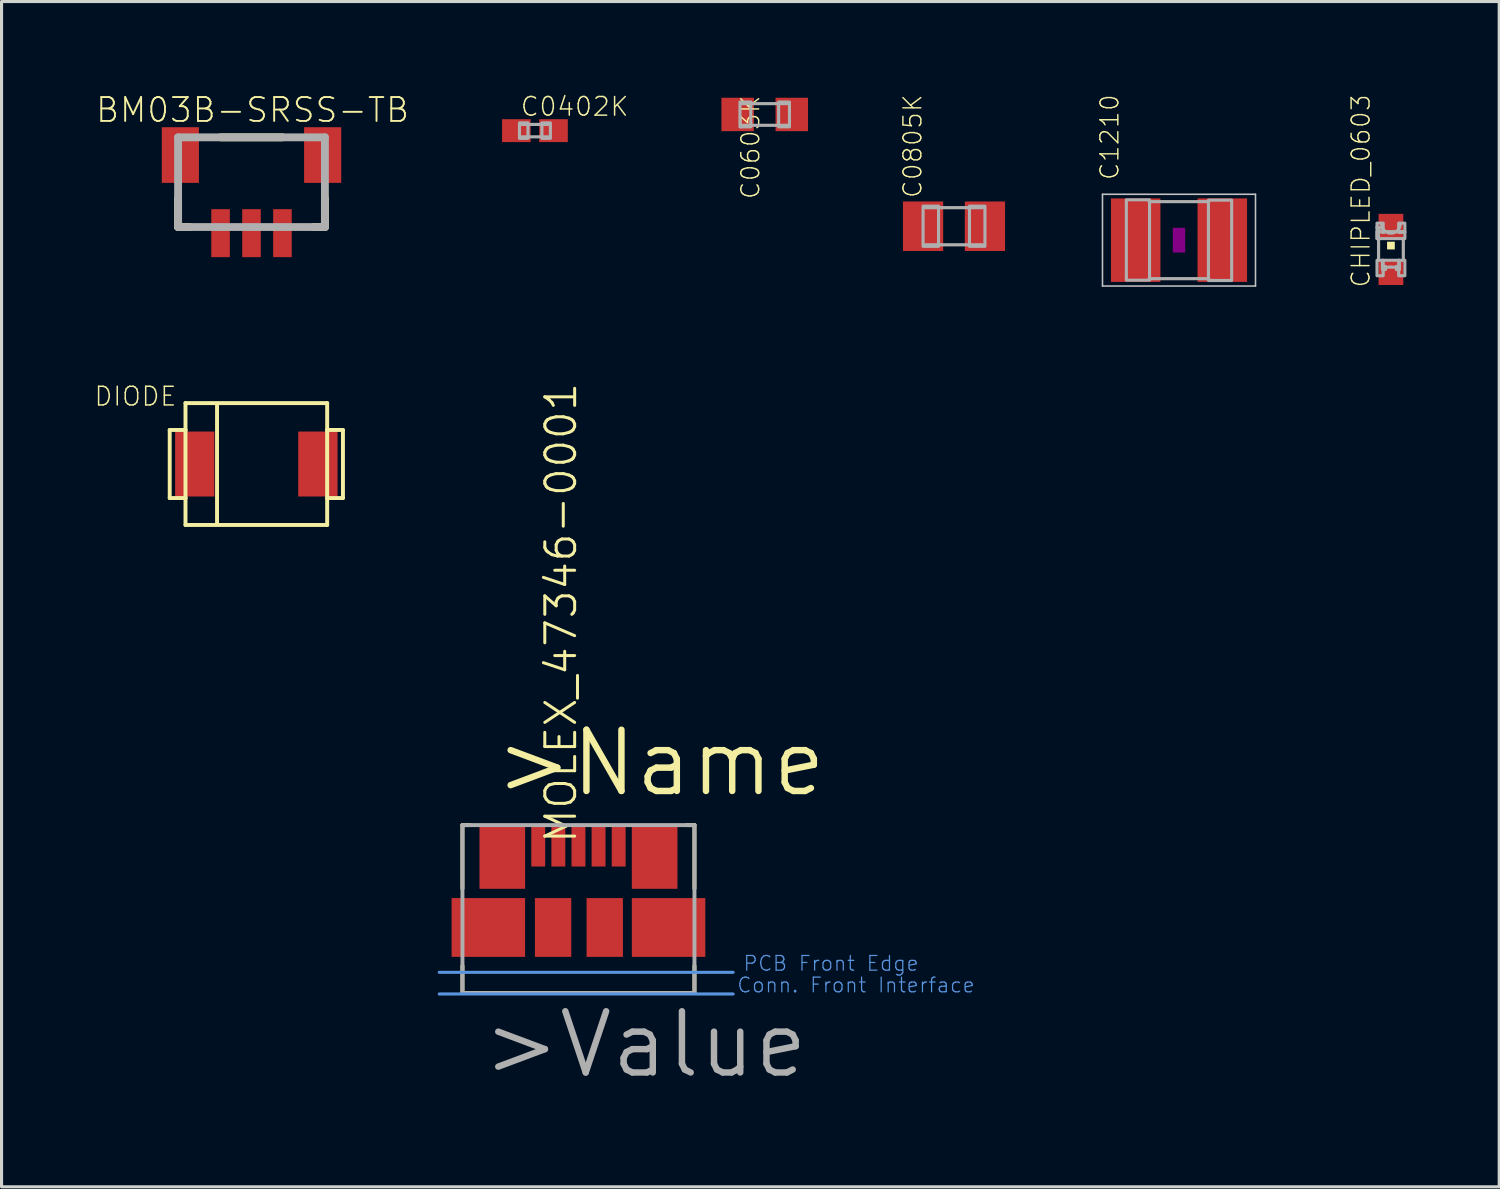
<source format=kicad_pcb>
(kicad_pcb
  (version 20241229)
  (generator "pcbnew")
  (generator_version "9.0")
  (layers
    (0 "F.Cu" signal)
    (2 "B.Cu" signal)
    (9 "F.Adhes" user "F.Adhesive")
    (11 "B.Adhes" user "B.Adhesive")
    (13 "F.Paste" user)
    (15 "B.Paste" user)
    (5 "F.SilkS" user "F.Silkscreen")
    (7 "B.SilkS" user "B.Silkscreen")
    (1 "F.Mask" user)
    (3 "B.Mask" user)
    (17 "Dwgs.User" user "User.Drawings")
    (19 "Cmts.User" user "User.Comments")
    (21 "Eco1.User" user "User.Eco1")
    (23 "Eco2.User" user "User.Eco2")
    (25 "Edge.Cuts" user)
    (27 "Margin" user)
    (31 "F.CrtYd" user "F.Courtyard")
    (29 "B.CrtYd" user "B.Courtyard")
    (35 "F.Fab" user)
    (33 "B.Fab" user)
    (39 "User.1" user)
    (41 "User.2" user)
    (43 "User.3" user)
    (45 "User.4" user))
  (footprint "C0603K"
    (layer "F.Cu")
    (at 21.67 0.65)
    (property "Reference" "C0603K" (at -0.8 -0.65 270) (layer "F.SilkS") (effects (font (size 0.579 0.579) (thickness 0.046)) (justify right top)))
    (attr through_hole)
    (fp_line (start -0.725 -0.35) (end 0.725 -0.35) (stroke (width 0.102) (type solid)) (layer "F.Fab"))
    (fp_line (start 0.725 0.35) (end -0.725 0.35) (stroke (width 0.102) (type solid)) (layer "F.Fab"))
    (fp_poly (pts (xy -0.8 0.4) (xy -0.45 0.4) (xy -0.45 -0.4) (xy -0.8 -0.4)) (stroke (width 0.1) (type solid)) (fill no) (layer "F.Fab"))
    (fp_poly (pts (xy 0.45 0.4) (xy 0.8 0.4) (xy 0.8 -0.4) (xy 0.45 -0.4)) (stroke (width 0.1) (type solid)) (fill no) (layer "F.Fab"))
    (pad "1" smd rect (at -0.875 0) (size 1.05 1.08) (layers "F.Cu" "F.Mask" "F.Paste"))
    (pad "2" smd rect (at 0.875 0) (size 1.05 1.08) (layers "F.Cu" "F.Mask" "F.Paste")))
  (footprint "C0805K"
    (layer "F.Cu")
    (at 27.789 4.263)
    (property "Reference" "C0805K" (at -1 -0.875 90) (layer "F.SilkS") (effects (font (size 0.579 0.579) (thickness 0.046)) (justify left bottom)))
    (attr through_hole)
    (fp_line (start -0.925 -0.6) (end 0.925 -0.6) (stroke (width 0.102) (type solid)) (layer "F.Fab"))
    (fp_line (start 0.925 0.6) (end -0.925 0.6) (stroke (width 0.102) (type solid)) (layer "F.Fab"))
    (fp_poly (pts (xy -1 0.65) (xy -0.5 0.65) (xy -0.5 -0.65) (xy -1 -0.65)) (stroke (width 0.1) (type solid)) (fill no) (layer "F.Fab"))
    (fp_poly (pts (xy 0.5 0.65) (xy 1 0.65) (xy 1 -0.65) (xy 0.5 -0.65)) (stroke (width 0.1) (type solid)) (fill no) (layer "F.Fab"))
    (pad "1" smd rect (at -1 0) (size 1.3 1.6) (layers "F.Cu" "F.Mask" "F.Paste"))
    (pad "2" smd rect (at 1 0) (size 1.3 1.6) (layers "F.Cu" "F.Mask" "F.Paste")))
  (footprint "DIODE"
    (layer "F.Cu")
    (at 5.236 11.95)
    (property "Reference" "DIODE" (at -2.54 -2.54 0) (layer "F.SilkS") (effects (font (size 0.603 0.603) (thickness 0.048)) (justify right top)))
    (attr through_hole)
    (fp_line (start -2.8 -1.1) (end -2.8 1.1) (stroke (width 0.127) (type solid)) (layer "F.SilkS"))
    (fp_line (start -2.8 1.1) (end -2.29 1.1) (stroke (width 0.127) (type solid)) (layer "F.SilkS"))
    (fp_line (start -2.29 -1.97) (end 2.29 -1.97) (stroke (width 0.127) (type solid)) (layer "F.SilkS"))
    (fp_line (start -2.29 -1.1) (end -2.8 -1.1) (stroke (width 0.127) (type solid)) (layer "F.SilkS"))
    (fp_line (start -2.29 -1.1) (end -2.29 -1.97) (stroke (width 0.127) (type solid)) (layer "F.SilkS"))
    (fp_line (start -2.29 1.1) (end -2.29 -1.1) (stroke (width 0.127) (type solid)) (layer "F.SilkS"))
    (fp_line (start -2.29 1.97) (end -2.29 1.1) (stroke (width 0.127) (type solid)) (layer "F.SilkS"))
    (fp_line (start -1.27 -1.905) (end -1.27 1.905) (stroke (width 0.127) (type solid)) (layer "F.SilkS"))
    (fp_line (start 2.29 -1.97) (end 2.29 -1.1) (stroke (width 0.127) (type solid)) (layer "F.SilkS"))
    (fp_line (start 2.29 -1.1) (end 2.29 1.1) (stroke (width 0.127) (type solid)) (layer "F.SilkS"))
    (fp_line (start 2.29 -1.1) (end 2.8 -1.1) (stroke (width 0.127) (type solid)) (layer "F.SilkS"))
    (fp_line (start 2.29 1.1) (end 2.29 1.97) (stroke (width 0.127) (type solid)) (layer "F.SilkS"))
    (fp_line (start 2.29 1.97) (end -2.29 1.97) (stroke (width 0.127) (type solid)) (layer "F.SilkS"))
    (fp_line (start 2.8 -1.1) (end 2.8 1.1) (stroke (width 0.127) (type solid)) (layer "F.SilkS"))
    (fp_line (start 2.8 1.1) (end 2.29 1.1) (stroke (width 0.127) (type solid)) (layer "F.SilkS"))
    (pad "1" smd rect (at -1.99 0 90) (size 2.1 1.27) (layers "F.Cu" "F.Mask" "F.Paste"))
    (pad "2" smd rect (at 1.99 0 90) (size 2.1 1.27) (layers "F.Cu" "F.Mask" "F.Paste")))
  (footprint "CHIPLED_0603"
    (layer "F.Cu")
    (at 41.913 5.013)
    (property "Reference" "CHIPLED_0603" (at -0.635 1.27 90) (layer "F.SilkS") (effects (font (size 0.579 0.579) (thickness 0.046)) (justify left bottom)))
    (attr through_hole)
    (fp_poly (pts (xy -0.125 0) (xy 0.125 0) (xy 0.125 -0.25) (xy -0.125 -0.25)) (stroke (width 0) (type solid)) (fill yes) (layer "F.SilkS"))
    (fp_line (start -0.4 -0.375) (end -0.4 0.35) (stroke (width 0.102) (type solid)) (layer "F.Fab"))
    (fp_line (start 0.4 -0.35) (end 0.4 0.35) (stroke (width 0.102) (type solid)) (layer "F.Fab"))
    (fp_arc (start -0.275 0.825) (mid 0 0.55) (end 0.275 0.825) (stroke (width 0.0508) (type solid)) (layer "F.Fab"))
    (fp_arc (start 0.3 -0.799998) (mid -0.000001 -0.524966) (end -0.3 -0.8) (stroke (width 0.1016) (type solid)) (layer "F.Fab"))
    (fp_circle (center -0.35 -0.625) (end -0.275 -0.625) (stroke (width 0.051) (type solid)) (fill no) (layer "F.Fab"))
    (fp_poly (pts (xy -0.45 -0.7) (xy -0.25 -0.7) (xy -0.25 -0.85) (xy -0.45 -0.85)) (stroke (width 0.1) (type solid)) (fill no) (layer "F.Fab"))
    (fp_poly (pts (xy -0.45 -0.35) (xy -0.4 -0.35) (xy -0.4 -0.725) (xy -0.45 -0.725)) (stroke (width 0.1) (type solid)) (fill no) (layer "F.Fab"))
    (fp_poly (pts (xy -0.45 -0.35) (xy 0.45 -0.35) (xy 0.45 -0.575) (xy -0.45 -0.575)) (stroke (width 0.1) (type solid)) (fill no) (layer "F.Fab"))
    (fp_poly (pts (xy -0.45 0.85) (xy -0.25 0.85) (xy -0.25 0.35) (xy -0.45 0.35)) (stroke (width 0.1) (type solid)) (fill no) (layer "F.Fab"))
    (fp_poly (pts (xy -0.275 -0.55) (xy -0.225 -0.55) (xy -0.225 -0.6) (xy -0.275 -0.6)) (stroke (width 0.1) (type solid)) (fill no) (layer "F.Fab"))
    (fp_poly (pts (xy -0.275 0.575) (xy 0.275 0.575) (xy 0.275 0.35) (xy -0.275 0.35)) (stroke (width 0.1) (type solid)) (fill no) (layer "F.Fab"))
    (fp_poly (pts (xy -0.275 0.65) (xy -0.175 0.65) (xy -0.175 0.55) (xy -0.275 0.55)) (stroke (width 0.1) (type solid)) (fill no) (layer "F.Fab"))
    (fp_poly (pts (xy 0.175 0.65) (xy 0.275 0.65) (xy 0.275 0.55) (xy 0.175 0.55)) (stroke (width 0.1) (type solid)) (fill no) (layer "F.Fab"))
    (fp_poly (pts (xy 0.25 -0.55) (xy 0.45 -0.55) (xy 0.45 -0.85) (xy 0.25 -0.85)) (stroke (width 0.1) (type solid)) (fill no) (layer "F.Fab"))
    (fp_poly (pts (xy 0.25 0.85) (xy 0.45 0.85) (xy 0.45 0.35) (xy 0.25 0.35)) (stroke (width 0.1) (type solid)) (fill no) (layer "F.Fab"))
    (pad "A" smd rect (at 0 0.75) (size 0.8 0.8) (layers "F.Cu" "F.Mask" "F.Paste"))
    (pad "C" smd rect (at 0 -0.75) (size 0.8 0.8) (layers "F.Cu" "F.Mask" "F.Paste")))
  (footprint "MOLEX_47346-0001"
    (layer "F.Cu")
    (at 15.649 24.271)
    (property "Reference" "MOLEX_47346-0001" (at 0 0 90) (layer "F.SilkS") (effects (font (size 0.965 0.965) (thickness 0.097)) (justify left bottom)))
    (attr through_hole)
    (fp_line (start -3.75 -0.65) (end -3.75 1.4) (stroke (width 0.127) (type solid)) (layer "F.SilkS"))
    (fp_line (start -3.75 3.9) (end -3.75 4.78) (stroke (width 0.127) (type solid)) (layer "F.SilkS"))
    (fp_line (start -3.75 4.78) (end 3.75 4.78) (stroke (width 0.127) (type solid)) (layer "F.SilkS"))
    (fp_line (start -3.5 -0.65) (end -3.75 -0.65) (stroke (width 0.127) (type solid)) (layer "F.SilkS"))
    (fp_line (start 3.5 -0.65) (end 3.75 -0.65) (stroke (width 0.127) (type solid)) (layer "F.SilkS"))
    (fp_line (start 3.75 -0.65) (end 3.75 1.4) (stroke (width 0.127) (type solid)) (layer "F.SilkS"))
    (fp_line (start 3.75 4.78) (end 3.75 3.9) (stroke (width 0.127) (type solid)) (layer "F.SilkS"))
    (fp_line (start -4.5 4.11) (end 5 4.11) (stroke (width 0.1) (type solid)) (layer "Cmts.User"))
    (fp_line (start -4.5 4.81) (end 5 4.81) (stroke (width 0.1) (type solid)) (layer "Cmts.User"))
    (fp_line (start -3.75 -0.65) (end -3.75 4.78) (stroke (width 0.127) (type solid)) (layer "F.Fab"))
    (fp_line (start -3.75 4.78) (end 3.75 4.78) (stroke (width 0.127) (type solid)) (layer "F.Fab"))
    (fp_line (start 3.75 -0.65) (end -3.75 -0.65) (stroke (width 0.127) (type solid)) (layer "F.Fab"))
    (fp_line (start 3.75 4.78) (end 3.75 -0.65) (stroke (width 0.127) (type solid)) (layer "F.Fab"))
    (fp_text user ">Name" (at -2.8 -1.5 0) (layer "F.SilkS") (effects (font (size 1.979 1.979) (thickness 0.208)) (justify left bottom)))
    (fp_text user "PCB Front Edge" (at 5.3 4.1 0) (layer "Cmts.User") (effects (font (size 0.475 0.475) (thickness 0.04)) (justify left bottom)))
    (fp_text user "Conn. Front Interface" (at 5.1 4.8 0) (layer "Cmts.User") (effects (font (size 0.475 0.475) (thickness 0.04)) (justify left bottom)))
    (fp_text user ">Value" (at -3.2 7.6 0) (layer "F.Fab") (effects (font (size 1.979 1.979) (thickness 0.208)) (justify left bottom)))
    (pad "1" smd rect (at -1.3 0 90) (size 1.38 0.45) (layers "F.Cu" "F.Mask" "F.Paste"))
    (pad "2" smd rect (at -0.65 0 90) (size 1.38 0.45) (layers "F.Cu" "F.Mask" "F.Paste"))
    (pad "3" smd rect (at 0 0 90) (size 1.38 0.45) (layers "F.Cu" "F.Mask" "F.Paste"))
    (pad "4" smd rect (at 0.65 0 90) (size 1.38 0.45) (layers "F.Cu" "F.Mask" "F.Paste"))
    (pad "5" smd rect (at 1.3 0 90) (size 1.38 0.45) (layers "F.Cu" "F.Mask" "F.Paste"))
    (pad "M1" smd rect (at -2.462 0.36 180) (size 1.475 2.1) (layers "F.Cu" "F.Mask" "F.Paste"))
    (pad "M2" smd rect (at 2.462 0.36 180) (size 1.475 2.1) (layers "F.Cu" "F.Mask" "F.Paste"))
    (pad "M3" smd rect (at -2.913 2.66) (size 2.375 1.9) (layers "F.Cu" "F.Mask" "F.Paste"))
    (pad "M4" smd rect (at -0.82 2.66) (size 1.175 1.9) (layers "F.Cu" "F.Mask" "F.Paste"))
    (pad "M5" smd rect (at 0.85 2.66) (size 1.175 1.9) (layers "F.Cu" "F.Mask" "F.Paste"))
    (pad "M6" smd rect (at 2.913 2.66) (size 2.375 1.9) (layers "F.Cu" "F.Mask" "F.Paste")))
  (footprint "C1210"
    (layer "F.Cu")
    (at 35.062 4.713)
    (property "Reference" "C1210" (at -1.905 -1.905 90) (layer "F.SilkS") (effects (font (size 0.579 0.579) (thickness 0.046)) (justify left bottom)))
    (attr through_hole)
    (fp_poly (pts (xy -0.2 0.4) (xy 0.2 0.4) (xy 0.2 -0.4) (xy -0.2 -0.4)) (stroke (width 0) (type solid)) (fill yes) (layer "F.Adhes"))
    (fp_line (start -2.473 -1.483) (end 2.473 -1.483) (stroke (width 0.051) (type solid)) (layer "Dwgs.User"))
    (fp_line (start -2.473 1.483) (end -2.473 -1.483) (stroke (width 0.051) (type solid)) (layer "Dwgs.User"))
    (fp_line (start 2.473 -1.483) (end 2.473 1.483) (stroke (width 0.051) (type solid)) (layer "Dwgs.User"))
    (fp_line (start 2.473 1.483) (end -2.473 1.483) (stroke (width 0.051) (type solid)) (layer "Dwgs.User"))
    (fp_line (start -0.965 -1.245) (end 0.965 -1.245) (stroke (width 0.102) (type solid)) (layer "F.Fab"))
    (fp_line (start -0.965 1.245) (end 0.965 1.245) (stroke (width 0.102) (type solid)) (layer "F.Fab"))
    (fp_poly (pts (xy -1.702 1.295) (xy -0.952 1.295) (xy -0.952 -1.304) (xy -1.702 -1.304)) (stroke (width 0.1) (type solid)) (fill no) (layer "F.Fab"))
    (fp_poly (pts (xy 0.952 1.304) (xy 1.702 1.304) (xy 1.702 -1.295) (xy 0.952 -1.295)) (stroke (width 0.1) (type solid)) (fill no) (layer "F.Fab"))
    (pad "1" smd rect (at -1.4 0) (size 1.6 2.7) (layers "F.Cu" "F.Mask" "F.Paste"))
    (pad "2" smd rect (at 1.4 0) (size 1.6 2.7) (layers "F.Cu" "F.Mask" "F.Paste")))
  (footprint "C0402K"
    (layer "F.Cu")
    (at 14.242 1.173)
    (property "Reference" "C0402K" (at -0.5 -0.425 0) (layer "F.SilkS") (effects (font (size 0.603 0.603) (thickness 0.048)) (justify left bottom)))
    (attr through_hole)
    (fp_line (start -0.425 -0.2) (end 0.425 -0.2) (stroke (width 0.102) (type solid)) (layer "F.Fab"))
    (fp_line (start 0.425 0.2) (end -0.425 0.2) (stroke (width 0.102) (type solid)) (layer "F.Fab"))
    (fp_poly (pts (xy -0.5 0.25) (xy -0.225 0.25) (xy -0.225 -0.25) (xy -0.5 -0.25)) (stroke (width 0.1) (type solid)) (fill no) (layer "F.Fab"))
    (fp_poly (pts (xy 0.225 0.25) (xy 0.5 0.25) (xy 0.5 -0.25) (xy 0.225 -0.25)) (stroke (width 0.1) (type solid)) (fill no) (layer "F.Fab"))
    (pad "1" smd rect (at -0.6 0) (size 0.925 0.74) (layers "F.Cu" "F.Mask" "F.Paste"))
    (pad "2" smd rect (at 0.6 0) (size 0.925 0.74) (layers "F.Cu" "F.Mask" "F.Paste")))
  (footprint "BM03B-SRSS-TB"
    (layer "F.Cu")
    (at 5.08 2.862)
    (property "Reference" "BM03B-SRSS-TB" (at -5.08 -1.905 180) (layer "F.SilkS") (effects (font (size 0.772 0.772) (thickness 0.062)) (justify left bottom)))
    (attr through_hole)
    (fp_line (start -2.373 0.5) (end -2.373 1.427) (stroke (width 0.254) (type solid)) (layer "F.SilkS"))
    (fp_line (start -2.373 1.427) (end -2 1.427) (stroke (width 0.254) (type solid)) (layer "F.SilkS"))
    (fp_line (start -1 -1.473) (end 1 -1.473) (stroke (width 0.254) (type solid)) (layer "F.SilkS"))
    (fp_line (start 2.373 0.5) (end 2.373 1.427) (stroke (width 0.254) (type solid)) (layer "F.SilkS"))
    (fp_line (start 2.373 1.427) (end 2 1.427) (stroke (width 0.254) (type solid)) (layer "F.SilkS"))
    (fp_line (start -2.373 -1.473) (end -2.373 1.427) (stroke (width 0.254) (type solid)) (layer "F.Fab"))
    (fp_line (start -2.373 1.427) (end 2.373 1.427) (stroke (width 0.254) (type solid)) (layer "F.Fab"))
    (fp_line (start 2.373 -1.473) (end -2.373 -1.473) (stroke (width 0.254) (type solid)) (layer "F.Fab"))
    (fp_line (start 2.373 1.427) (end 2.373 -1.473) (stroke (width 0.254) (type solid)) (layer "F.Fab"))
    (pad "1" smd rect (at 1 1.625) (size 0.6 1.55) (layers "F.Cu" "F.Mask" "F.Paste"))
    (pad "2" smd rect (at 0 1.625) (size 0.6 1.55) (layers "F.Cu" "F.Mask" "F.Paste"))
    (pad "3" smd rect (at -1 1.625) (size 0.6 1.55) (layers "F.Cu" "F.Mask" "F.Paste"))
    (pad "FIT@1" smd rect (at 2.3 -0.9) (size 1.2 1.8) (layers "F.Cu" "F.Mask" "F.Paste"))
    (pad "FIT@2" smd rect (at -2.3 -0.9) (size 1.2 1.8) (layers "F.Cu" "F.Mask" "F.Paste")))
  (gr_rect
    (start -3 -3)
    (end 45.413 35.314)
    (stroke (width 0.1) (type default))
    (fill no)
    (layer "Edge.Cuts")))
</source>
